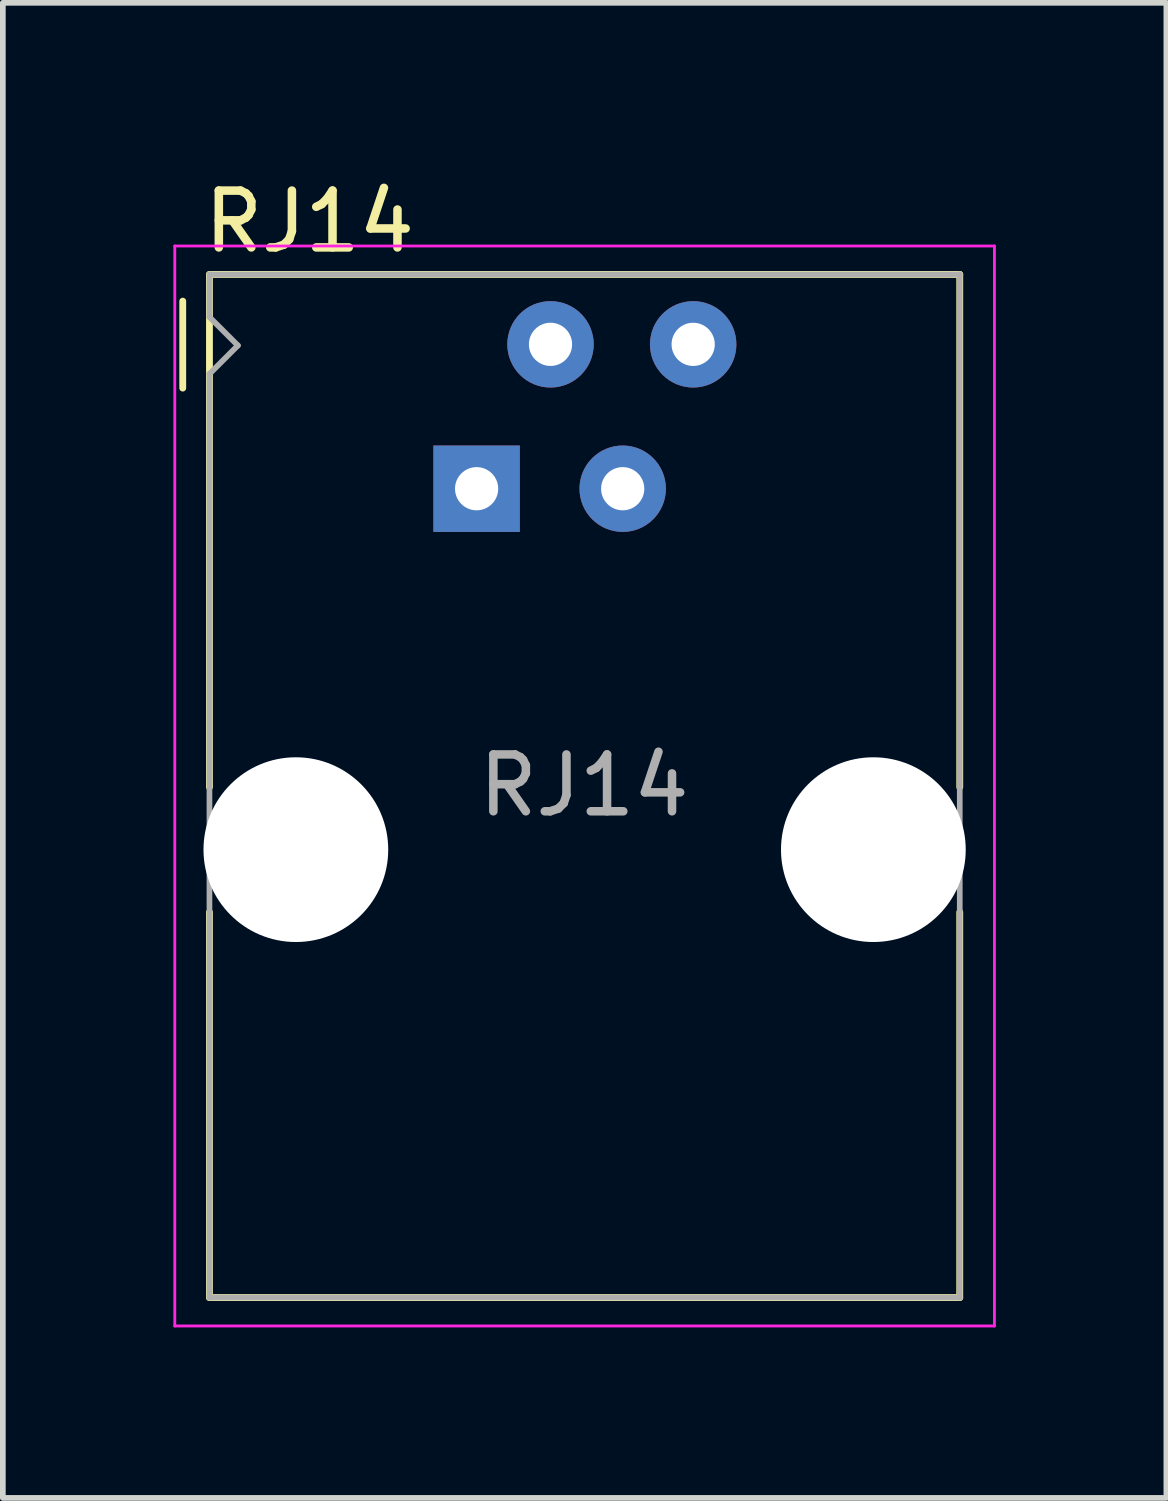
<source format=kicad_pcb>
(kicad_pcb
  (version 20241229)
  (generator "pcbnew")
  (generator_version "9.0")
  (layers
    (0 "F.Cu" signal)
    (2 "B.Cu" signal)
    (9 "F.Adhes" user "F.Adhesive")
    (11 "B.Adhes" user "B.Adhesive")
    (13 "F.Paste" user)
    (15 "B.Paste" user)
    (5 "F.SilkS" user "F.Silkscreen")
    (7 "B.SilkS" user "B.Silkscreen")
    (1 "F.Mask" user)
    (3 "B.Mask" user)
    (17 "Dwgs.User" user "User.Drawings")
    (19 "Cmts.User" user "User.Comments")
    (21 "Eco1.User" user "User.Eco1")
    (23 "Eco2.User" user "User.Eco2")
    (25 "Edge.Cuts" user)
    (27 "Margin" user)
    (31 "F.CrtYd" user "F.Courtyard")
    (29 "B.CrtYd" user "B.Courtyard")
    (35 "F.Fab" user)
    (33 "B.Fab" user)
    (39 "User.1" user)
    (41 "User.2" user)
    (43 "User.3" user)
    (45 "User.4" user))
  (footprint "RJ14"
    (layer "F.Cu")
    (at 4.065 3.008)
    (property "Reference" "RJ14" (at -1.67 -2.16 0) (layer "F.SilkS") (effects (font (size 1 1) (thickness 0.15))))
    (attr through_hole)
    (fp_line (start -3.9 0.77) (end -3.9 -0.76) (stroke (width 0.12) (type solid)) (layer "F.SilkS"))
    (fp_line (start -3.43 -1.23) (end 9.77 -1.23) (stroke (width 0.12) (type solid)) (layer "F.SilkS"))
    (fp_line (start -3.43 7.72) (end -3.43 7.79) (stroke (width 0.1) (type solid)) (layer "F.SilkS"))
    (fp_line (start -3.43 7.79) (end -3.43 -1.23) (stroke (width 0.12) (type solid)) (layer "F.SilkS"))
    (fp_line (start -3.43 16.77) (end -3.43 9.99) (stroke (width 0.12) (type solid)) (layer "F.SilkS"))
    (fp_line (start 9.77 -1.23) (end 9.77 7.79) (stroke (width 0.12) (type solid)) (layer "F.SilkS"))
    (fp_line (start 9.77 16.65) (end 9.77 16.77) (stroke (width 0.1) (type solid)) (layer "F.SilkS"))
    (fp_line (start 9.77 16.76) (end 9.77 16.77) (stroke (width 0.1) (type solid)) (layer "F.SilkS"))
    (fp_line (start 9.77 16.77) (end -3.43 16.77) (stroke (width 0.12) (type solid)) (layer "F.SilkS"))
    (fp_line (start 9.77 16.77) (end 9.77 9.99) (stroke (width 0.12) (type solid)) (layer "F.SilkS"))
    (fp_line (start -4.04 -1.73) (end 10.38 -1.73) (stroke (width 0.05) (type solid)) (layer "F.CrtYd"))
    (fp_line (start -4.04 17.27) (end -4.04 -1.73) (stroke (width 0.05) (type solid)) (layer "F.CrtYd"))
    (fp_line (start 10.38 -1.73) (end 10.38 17.27) (stroke (width 0.05) (type solid)) (layer "F.CrtYd"))
    (fp_line (start 10.38 17.27) (end -4.04 17.27) (stroke (width 0.05) (type solid)) (layer "F.CrtYd"))
    (fp_line (start -3.43 -1.23) (end 9.77 -1.23) (stroke (width 0.1) (type solid)) (layer "F.Fab"))
    (fp_line (start -3.43 -0.48) (end -3.43 -1.23) (stroke (width 0.1) (type solid)) (layer "F.Fab"))
    (fp_line (start -3.43 0.52) (end -2.93 0.02) (stroke (width 0.1) (type solid)) (layer "F.Fab"))
    (fp_line (start -3.43 16.77) (end -3.43 0.52) (stroke (width 0.1) (type solid)) (layer "F.Fab"))
    (fp_line (start -2.93 0.02) (end -3.43 -0.48) (stroke (width 0.1) (type solid)) (layer "F.Fab"))
    (fp_line (start 9.77 -1.23) (end 9.77 16.77) (stroke (width 0.1) (type solid)) (layer "F.Fab"))
    (fp_line (start 9.77 16.77) (end -3.43 16.77) (stroke (width 0.1) (type solid)) (layer "F.Fab"))
    (fp_text user "${REFERENCE}" (at 3.16 7.76 0) (layer "F.Fab") (effects (font (size 1 1) (thickness 0.15))))
    (pad "" np_thru_hole circle (at -1.91 8.89) (size 3.25 3.25) (drill 3.25) (layers "*.Cu" "*.Mask"))
    (pad "" np_thru_hole circle (at 8.25 8.89) (size 3.25 3.25) (drill 3.25) (layers "*.Cu" "*.Mask"))
    (pad "1" thru_hole rect (at 1.27 2.54) (size 1.52 1.52) (drill 0.76) (layers "*.Cu" "*.Mask"))
    (pad "2" thru_hole circle (at 2.57 0) (size 1.52 1.52) (drill 0.76) (layers "*.Cu" "*.Mask"))
    (pad "3" thru_hole circle (at 3.84 2.54) (size 1.52 1.52) (drill 0.76) (layers "*.Cu" "*.Mask"))
    (pad "4" thru_hole circle (at 5.08 0) (size 1.52 1.52) (drill 0.76) (layers "*.Cu" "*.Mask")))
  (gr_rect
    (start -3 -3)
    (end 17.47 23.303)
    (stroke (width 0.1) (type default))
    (fill no)
    (layer "Edge.Cuts")))
</source>
